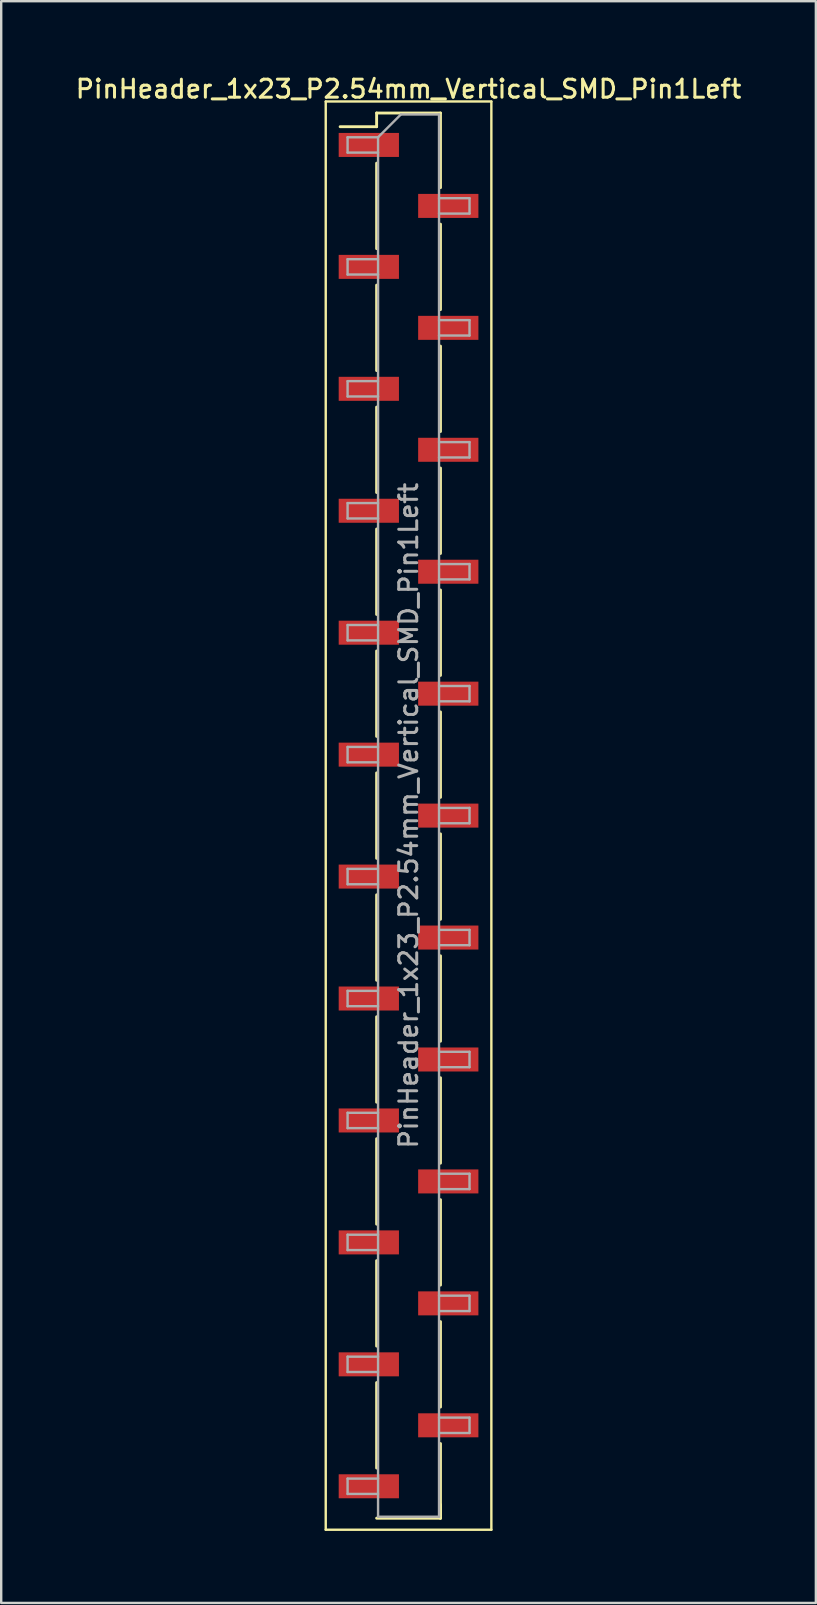
<source format=kicad_pcb>
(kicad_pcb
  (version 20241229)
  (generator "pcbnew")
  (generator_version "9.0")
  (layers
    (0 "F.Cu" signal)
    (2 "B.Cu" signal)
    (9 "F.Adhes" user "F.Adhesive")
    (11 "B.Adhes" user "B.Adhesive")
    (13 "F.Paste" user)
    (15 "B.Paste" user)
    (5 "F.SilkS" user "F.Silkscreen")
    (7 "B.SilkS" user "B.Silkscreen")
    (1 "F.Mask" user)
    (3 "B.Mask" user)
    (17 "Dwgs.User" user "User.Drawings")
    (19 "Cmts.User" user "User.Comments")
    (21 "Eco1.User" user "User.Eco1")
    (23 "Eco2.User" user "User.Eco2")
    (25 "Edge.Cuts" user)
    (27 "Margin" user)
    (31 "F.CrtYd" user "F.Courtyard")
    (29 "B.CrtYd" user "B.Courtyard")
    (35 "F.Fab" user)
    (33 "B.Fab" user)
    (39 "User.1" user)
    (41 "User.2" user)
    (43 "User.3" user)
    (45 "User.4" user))
  (footprint "PinHeader_1x23_P2.54mm_Vertical_SMD_Pin1Left"
    (layer "F.Cu")
    (at 13.97 30.928)
    (property "Reference" "PinHeader_1x23_P2.54mm_Vertical_SMD_Pin1Left" (at 0 -30.27 0) (layer "F.SilkS") (effects (font (size 0.75 0.75) (thickness 0.125))))
    (attr smd)
    (fp_line (start -3.45 -29.75) (end -3.45 29.75) (stroke (width 0.1) (type solid)) (layer "F.SilkS"))
    (fp_line (start -3.45 29.75) (end 3.45 29.75) (stroke (width 0.1) (type solid)) (layer "F.SilkS"))
    (fp_line (start -1.33 -29.27) (end -1.33 -28.7) (stroke (width 0.12) (type solid)) (layer "F.SilkS"))
    (fp_line (start -1.33 -29.27) (end 1.33 -29.27) (stroke (width 0.12) (type solid)) (layer "F.SilkS"))
    (fp_line (start -1.33 -28.7) (end -2.85 -28.7) (stroke (width 0.12) (type solid)) (layer "F.SilkS"))
    (fp_line (start -1.33 -27.18) (end -1.33 -23.62) (stroke (width 0.12) (type solid)) (layer "F.SilkS"))
    (fp_line (start -1.33 -22.1) (end -1.33 -18.54) (stroke (width 0.12) (type solid)) (layer "F.SilkS"))
    (fp_line (start -1.33 -17.02) (end -1.33 -13.46) (stroke (width 0.12) (type solid)) (layer "F.SilkS"))
    (fp_line (start -1.33 -11.94) (end -1.33 -8.38) (stroke (width 0.12) (type solid)) (layer "F.SilkS"))
    (fp_line (start -1.33 -6.86) (end -1.33 -3.3) (stroke (width 0.12) (type solid)) (layer "F.SilkS"))
    (fp_line (start -1.33 -1.78) (end -1.33 1.78) (stroke (width 0.12) (type solid)) (layer "F.SilkS"))
    (fp_line (start -1.33 3.3) (end -1.33 6.86) (stroke (width 0.12) (type solid)) (layer "F.SilkS"))
    (fp_line (start -1.33 8.38) (end -1.33 11.94) (stroke (width 0.12) (type solid)) (layer "F.SilkS"))
    (fp_line (start -1.33 13.46) (end -1.33 17.02) (stroke (width 0.12) (type solid)) (layer "F.SilkS"))
    (fp_line (start -1.33 18.54) (end -1.33 22.1) (stroke (width 0.12) (type solid)) (layer "F.SilkS"))
    (fp_line (start -1.33 23.62) (end -1.33 27.18) (stroke (width 0.12) (type solid)) (layer "F.SilkS"))
    (fp_line (start -1.33 29.27) (end 1.33 29.27) (stroke (width 0.12) (type solid)) (layer "F.SilkS"))
    (fp_line (start 1.33 -29.27) (end 1.33 -26.16) (stroke (width 0.12) (type solid)) (layer "F.SilkS"))
    (fp_line (start 1.33 -24.64) (end 1.33 -21.08) (stroke (width 0.12) (type solid)) (layer "F.SilkS"))
    (fp_line (start 1.33 -19.56) (end 1.33 -16) (stroke (width 0.12) (type solid)) (layer "F.SilkS"))
    (fp_line (start 1.33 -14.48) (end 1.33 -10.92) (stroke (width 0.12) (type solid)) (layer "F.SilkS"))
    (fp_line (start 1.33 -9.4) (end 1.33 -5.84) (stroke (width 0.12) (type solid)) (layer "F.SilkS"))
    (fp_line (start 1.33 -4.32) (end 1.33 -0.76) (stroke (width 0.12) (type solid)) (layer "F.SilkS"))
    (fp_line (start 1.33 0.76) (end 1.33 4.32) (stroke (width 0.12) (type solid)) (layer "F.SilkS"))
    (fp_line (start 1.33 5.84) (end 1.33 9.4) (stroke (width 0.12) (type solid)) (layer "F.SilkS"))
    (fp_line (start 1.33 10.92) (end 1.33 14.48) (stroke (width 0.12) (type solid)) (layer "F.SilkS"))
    (fp_line (start 1.33 16) (end 1.33 19.56) (stroke (width 0.12) (type solid)) (layer "F.SilkS"))
    (fp_line (start 1.33 21.08) (end 1.33 24.64) (stroke (width 0.12) (type solid)) (layer "F.SilkS"))
    (fp_line (start 1.33 26.16) (end 1.33 29.27) (stroke (width 0.12) (type solid)) (layer "F.SilkS"))
    (fp_line (start 1.33 28.7) (end 1.33 29.27) (stroke (width 0.12) (type solid)) (layer "F.SilkS"))
    (fp_line (start 3.45 -29.75) (end -3.45 -29.75) (stroke (width 0.1) (type solid)) (layer "F.SilkS"))
    (fp_line (start 3.45 29.75) (end 3.45 -29.75) (stroke (width 0.1) (type solid)) (layer "F.SilkS"))
    (fp_line (start -2.54 -28.26) (end -2.54 -27.62) (stroke (width 0.1) (type solid)) (layer "F.Fab"))
    (fp_line (start -2.54 -27.62) (end -1.27 -27.62) (stroke (width 0.1) (type solid)) (layer "F.Fab"))
    (fp_line (start -2.54 -23.18) (end -2.54 -22.54) (stroke (width 0.1) (type solid)) (layer "F.Fab"))
    (fp_line (start -2.54 -22.54) (end -1.27 -22.54) (stroke (width 0.1) (type solid)) (layer "F.Fab"))
    (fp_line (start -2.54 -18.1) (end -2.54 -17.46) (stroke (width 0.1) (type solid)) (layer "F.Fab"))
    (fp_line (start -2.54 -17.46) (end -1.27 -17.46) (stroke (width 0.1) (type solid)) (layer "F.Fab"))
    (fp_line (start -2.54 -13.02) (end -2.54 -12.38) (stroke (width 0.1) (type solid)) (layer "F.Fab"))
    (fp_line (start -2.54 -12.38) (end -1.27 -12.38) (stroke (width 0.1) (type solid)) (layer "F.Fab"))
    (fp_line (start -2.54 -7.94) (end -2.54 -7.3) (stroke (width 0.1) (type solid)) (layer "F.Fab"))
    (fp_line (start -2.54 -7.3) (end -1.27 -7.3) (stroke (width 0.1) (type solid)) (layer "F.Fab"))
    (fp_line (start -2.54 -2.86) (end -2.54 -2.22) (stroke (width 0.1) (type solid)) (layer "F.Fab"))
    (fp_line (start -2.54 -2.22) (end -1.27 -2.22) (stroke (width 0.1) (type solid)) (layer "F.Fab"))
    (fp_line (start -2.54 2.22) (end -2.54 2.86) (stroke (width 0.1) (type solid)) (layer "F.Fab"))
    (fp_line (start -2.54 2.86) (end -1.27 2.86) (stroke (width 0.1) (type solid)) (layer "F.Fab"))
    (fp_line (start -2.54 7.3) (end -2.54 7.94) (stroke (width 0.1) (type solid)) (layer "F.Fab"))
    (fp_line (start -2.54 7.94) (end -1.27 7.94) (stroke (width 0.1) (type solid)) (layer "F.Fab"))
    (fp_line (start -2.54 12.38) (end -2.54 13.02) (stroke (width 0.1) (type solid)) (layer "F.Fab"))
    (fp_line (start -2.54 13.02) (end -1.27 13.02) (stroke (width 0.1) (type solid)) (layer "F.Fab"))
    (fp_line (start -2.54 17.46) (end -2.54 18.1) (stroke (width 0.1) (type solid)) (layer "F.Fab"))
    (fp_line (start -2.54 18.1) (end -1.27 18.1) (stroke (width 0.1) (type solid)) (layer "F.Fab"))
    (fp_line (start -2.54 22.54) (end -2.54 23.18) (stroke (width 0.1) (type solid)) (layer "F.Fab"))
    (fp_line (start -2.54 23.18) (end -1.27 23.18) (stroke (width 0.1) (type solid)) (layer "F.Fab"))
    (fp_line (start -2.54 27.62) (end -2.54 28.26) (stroke (width 0.1) (type solid)) (layer "F.Fab"))
    (fp_line (start -2.54 28.26) (end -1.27 28.26) (stroke (width 0.1) (type solid)) (layer "F.Fab"))
    (fp_line (start -1.27 -28.26) (end -2.54 -28.26) (stroke (width 0.1) (type solid)) (layer "F.Fab"))
    (fp_line (start -1.27 -28.26) (end -0.32 -29.21) (stroke (width 0.1) (type solid)) (layer "F.Fab"))
    (fp_line (start -1.27 -23.18) (end -2.54 -23.18) (stroke (width 0.1) (type solid)) (layer "F.Fab"))
    (fp_line (start -1.27 -18.1) (end -2.54 -18.1) (stroke (width 0.1) (type solid)) (layer "F.Fab"))
    (fp_line (start -1.27 -13.02) (end -2.54 -13.02) (stroke (width 0.1) (type solid)) (layer "F.Fab"))
    (fp_line (start -1.27 -7.94) (end -2.54 -7.94) (stroke (width 0.1) (type solid)) (layer "F.Fab"))
    (fp_line (start -1.27 -2.86) (end -2.54 -2.86) (stroke (width 0.1) (type solid)) (layer "F.Fab"))
    (fp_line (start -1.27 2.22) (end -2.54 2.22) (stroke (width 0.1) (type solid)) (layer "F.Fab"))
    (fp_line (start -1.27 7.3) (end -2.54 7.3) (stroke (width 0.1) (type solid)) (layer "F.Fab"))
    (fp_line (start -1.27 12.38) (end -2.54 12.38) (stroke (width 0.1) (type solid)) (layer "F.Fab"))
    (fp_line (start -1.27 17.46) (end -2.54 17.46) (stroke (width 0.1) (type solid)) (layer "F.Fab"))
    (fp_line (start -1.27 22.54) (end -2.54 22.54) (stroke (width 0.1) (type solid)) (layer "F.Fab"))
    (fp_line (start -1.27 27.62) (end -2.54 27.62) (stroke (width 0.1) (type solid)) (layer "F.Fab"))
    (fp_line (start -1.27 29.21) (end -1.27 -28.26) (stroke (width 0.1) (type solid)) (layer "F.Fab"))
    (fp_line (start -0.32 -29.21) (end 1.27 -29.21) (stroke (width 0.1) (type solid)) (layer "F.Fab"))
    (fp_line (start 1.27 -29.21) (end 1.27 29.21) (stroke (width 0.1) (type solid)) (layer "F.Fab"))
    (fp_line (start 1.27 -25.72) (end 2.54 -25.72) (stroke (width 0.1) (type solid)) (layer "F.Fab"))
    (fp_line (start 1.27 -20.64) (end 2.54 -20.64) (stroke (width 0.1) (type solid)) (layer "F.Fab"))
    (fp_line (start 1.27 -15.56) (end 2.54 -15.56) (stroke (width 0.1) (type solid)) (layer "F.Fab"))
    (fp_line (start 1.27 -10.48) (end 2.54 -10.48) (stroke (width 0.1) (type solid)) (layer "F.Fab"))
    (fp_line (start 1.27 -5.4) (end 2.54 -5.4) (stroke (width 0.1) (type solid)) (layer "F.Fab"))
    (fp_line (start 1.27 -0.32) (end 2.54 -0.32) (stroke (width 0.1) (type solid)) (layer "F.Fab"))
    (fp_line (start 1.27 4.76) (end 2.54 4.76) (stroke (width 0.1) (type solid)) (layer "F.Fab"))
    (fp_line (start 1.27 9.84) (end 2.54 9.84) (stroke (width 0.1) (type solid)) (layer "F.Fab"))
    (fp_line (start 1.27 14.92) (end 2.54 14.92) (stroke (width 0.1) (type solid)) (layer "F.Fab"))
    (fp_line (start 1.27 20) (end 2.54 20) (stroke (width 0.1) (type solid)) (layer "F.Fab"))
    (fp_line (start 1.27 25.08) (end 2.54 25.08) (stroke (width 0.1) (type solid)) (layer "F.Fab"))
    (fp_line (start 1.27 29.21) (end -1.27 29.21) (stroke (width 0.1) (type solid)) (layer "F.Fab"))
    (fp_line (start 2.54 -25.72) (end 2.54 -25.08) (stroke (width 0.1) (type solid)) (layer "F.Fab"))
    (fp_line (start 2.54 -25.08) (end 1.27 -25.08) (stroke (width 0.1) (type solid)) (layer "F.Fab"))
    (fp_line (start 2.54 -20.64) (end 2.54 -20) (stroke (width 0.1) (type solid)) (layer "F.Fab"))
    (fp_line (start 2.54 -20) (end 1.27 -20) (stroke (width 0.1) (type solid)) (layer "F.Fab"))
    (fp_line (start 2.54 -15.56) (end 2.54 -14.92) (stroke (width 0.1) (type solid)) (layer "F.Fab"))
    (fp_line (start 2.54 -14.92) (end 1.27 -14.92) (stroke (width 0.1) (type solid)) (layer "F.Fab"))
    (fp_line (start 2.54 -10.48) (end 2.54 -9.84) (stroke (width 0.1) (type solid)) (layer "F.Fab"))
    (fp_line (start 2.54 -9.84) (end 1.27 -9.84) (stroke (width 0.1) (type solid)) (layer "F.Fab"))
    (fp_line (start 2.54 -5.4) (end 2.54 -4.76) (stroke (width 0.1) (type solid)) (layer "F.Fab"))
    (fp_line (start 2.54 -4.76) (end 1.27 -4.76) (stroke (width 0.1) (type solid)) (layer "F.Fab"))
    (fp_line (start 2.54 -0.32) (end 2.54 0.32) (stroke (width 0.1) (type solid)) (layer "F.Fab"))
    (fp_line (start 2.54 0.32) (end 1.27 0.32) (stroke (width 0.1) (type solid)) (layer "F.Fab"))
    (fp_line (start 2.54 4.76) (end 2.54 5.4) (stroke (width 0.1) (type solid)) (layer "F.Fab"))
    (fp_line (start 2.54 5.4) (end 1.27 5.4) (stroke (width 0.1) (type solid)) (layer "F.Fab"))
    (fp_line (start 2.54 9.84) (end 2.54 10.48) (stroke (width 0.1) (type solid)) (layer "F.Fab"))
    (fp_line (start 2.54 10.48) (end 1.27 10.48) (stroke (width 0.1) (type solid)) (layer "F.Fab"))
    (fp_line (start 2.54 14.92) (end 2.54 15.56) (stroke (width 0.1) (type solid)) (layer "F.Fab"))
    (fp_line (start 2.54 15.56) (end 1.27 15.56) (stroke (width 0.1) (type solid)) (layer "F.Fab"))
    (fp_line (start 2.54 20) (end 2.54 20.64) (stroke (width 0.1) (type solid)) (layer "F.Fab"))
    (fp_line (start 2.54 20.64) (end 1.27 20.64) (stroke (width 0.1) (type solid)) (layer "F.Fab"))
    (fp_line (start 2.54 25.08) (end 2.54 25.72) (stroke (width 0.1) (type solid)) (layer "F.Fab"))
    (fp_line (start 2.54 25.72) (end 1.27 25.72) (stroke (width 0.1) (type solid)) (layer "F.Fab"))
    (fp_text user "${REFERENCE}" (at 0 0 90) (layer "F.Fab") (effects (font (size 0.75 0.75) (thickness 0.125))))
    (pad "1" smd rect (at -1.655 -27.94) (size 2.51 1) (layers "F.Cu" "F.Mask" "F.Paste"))
    (pad "2" smd rect (at 1.655 -25.4) (size 2.51 1) (layers "F.Cu" "F.Mask" "F.Paste"))
    (pad "3" smd rect (at -1.655 -22.86) (size 2.51 1) (layers "F.Cu" "F.Mask" "F.Paste"))
    (pad "4" smd rect (at 1.655 -20.32) (size 2.51 1) (layers "F.Cu" "F.Mask" "F.Paste"))
    (pad "5" smd rect (at -1.655 -17.78) (size 2.51 1) (layers "F.Cu" "F.Mask" "F.Paste"))
    (pad "6" smd rect (at 1.655 -15.24) (size 2.51 1) (layers "F.Cu" "F.Mask" "F.Paste"))
    (pad "7" smd rect (at -1.655 -12.7) (size 2.51 1) (layers "F.Cu" "F.Mask" "F.Paste"))
    (pad "8" smd rect (at 1.655 -10.16) (size 2.51 1) (layers "F.Cu" "F.Mask" "F.Paste"))
    (pad "9" smd rect (at -1.655 -7.62) (size 2.51 1) (layers "F.Cu" "F.Mask" "F.Paste"))
    (pad "10" smd rect (at 1.655 -5.08) (size 2.51 1) (layers "F.Cu" "F.Mask" "F.Paste"))
    (pad "11" smd rect (at -1.655 -2.54) (size 2.51 1) (layers "F.Cu" "F.Mask" "F.Paste"))
    (pad "12" smd rect (at 1.655 0) (size 2.51 1) (layers "F.Cu" "F.Mask" "F.Paste"))
    (pad "13" smd rect (at -1.655 2.54) (size 2.51 1) (layers "F.Cu" "F.Mask" "F.Paste"))
    (pad "14" smd rect (at 1.655 5.08) (size 2.51 1) (layers "F.Cu" "F.Mask" "F.Paste"))
    (pad "15" smd rect (at -1.655 7.62) (size 2.51 1) (layers "F.Cu" "F.Mask" "F.Paste"))
    (pad "16" smd rect (at 1.655 10.16) (size 2.51 1) (layers "F.Cu" "F.Mask" "F.Paste"))
    (pad "17" smd rect (at -1.655 12.7) (size 2.51 1) (layers "F.Cu" "F.Mask" "F.Paste"))
    (pad "18" smd rect (at 1.655 15.24) (size 2.51 1) (layers "F.Cu" "F.Mask" "F.Paste"))
    (pad "19" smd rect (at -1.655 17.78) (size 2.51 1) (layers "F.Cu" "F.Mask" "F.Paste"))
    (pad "20" smd rect (at 1.655 20.32) (size 2.51 1) (layers "F.Cu" "F.Mask" "F.Paste"))
    (pad "21" smd rect (at -1.655 22.86) (size 2.51 1) (layers "F.Cu" "F.Mask" "F.Paste"))
    (pad "22" smd rect (at 1.655 25.4) (size 2.51 1) (layers "F.Cu" "F.Mask" "F.Paste"))
    (pad "23" smd rect (at -1.655 27.94) (size 2.51 1) (layers "F.Cu" "F.Mask" "F.Paste")))
  (gr_rect
    (start -3 -3)
    (end 30.939 63.728)
    (stroke (width 0.1) (type default))
    (fill no)
    (layer "Edge.Cuts")))
</source>
